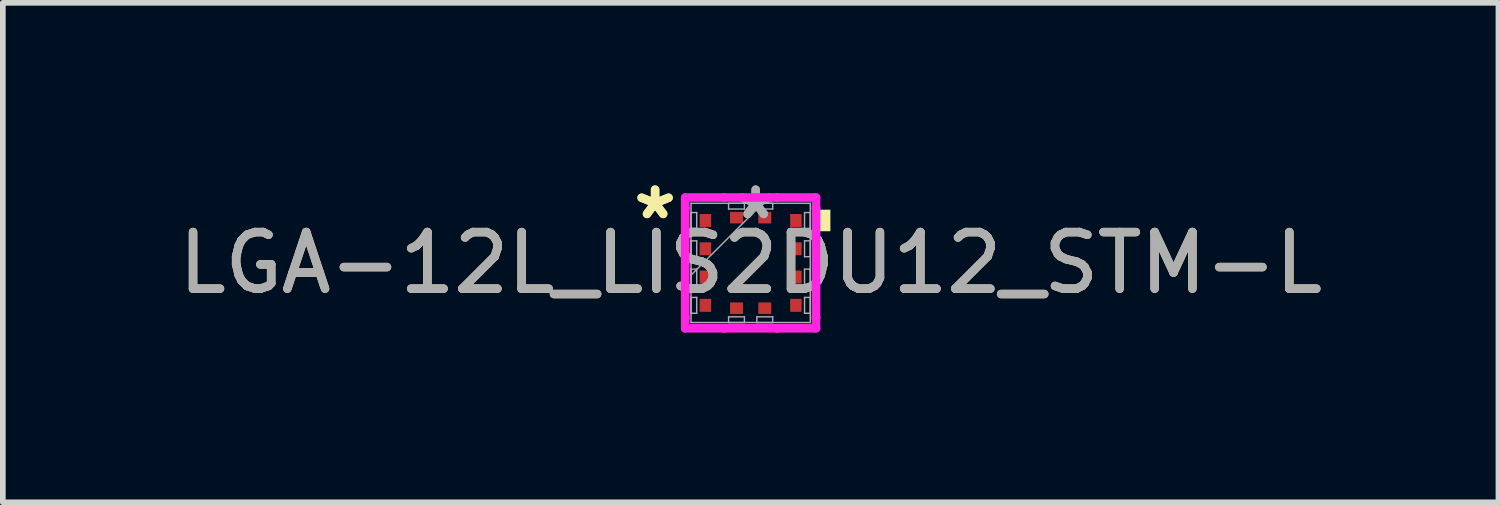
<source format=kicad_pcb>
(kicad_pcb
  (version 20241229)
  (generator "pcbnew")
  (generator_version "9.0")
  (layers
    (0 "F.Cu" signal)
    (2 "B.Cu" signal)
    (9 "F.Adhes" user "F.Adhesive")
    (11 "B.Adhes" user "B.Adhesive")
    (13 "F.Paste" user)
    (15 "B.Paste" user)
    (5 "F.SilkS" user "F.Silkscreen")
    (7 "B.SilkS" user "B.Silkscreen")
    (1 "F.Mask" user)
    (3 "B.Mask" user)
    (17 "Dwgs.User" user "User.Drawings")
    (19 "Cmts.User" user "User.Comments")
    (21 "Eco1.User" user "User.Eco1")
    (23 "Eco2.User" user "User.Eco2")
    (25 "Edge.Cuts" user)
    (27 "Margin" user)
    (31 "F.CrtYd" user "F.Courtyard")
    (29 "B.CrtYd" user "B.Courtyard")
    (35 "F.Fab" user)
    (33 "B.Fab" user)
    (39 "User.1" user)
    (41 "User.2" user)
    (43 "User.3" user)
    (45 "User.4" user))
  (footprint "LGA-12L_LIS2DU12_STM-L"
    (layer "F.Cu")
    (at 10.22 1.598)
    (property "Reference" "LGA-12L_LIS2DU12_STM-L" (at 0 0 0) (unlocked yes) (layer "F.SilkS") (effects (font (size 1 1) (thickness 0.15))))
    (attr smd)
    (fp_poly (pts (xy 1.41 -0.941) (xy 1.41 -0.56) (xy 1.156 -0.56) (xy 1.156 -0.941)) (stroke (width 0) (type solid)) (fill yes) (layer "F.SilkS"))
    (fp_line (start -1.156 -1.156) (end -0.466 -1.156) (stroke (width 0.152) (type solid)) (layer "F.CrtYd"))
    (fp_line (start -1.156 -0.966) (end -1.156 -1.156) (stroke (width 0.152) (type solid)) (layer "F.CrtYd"))
    (fp_line (start -1.156 -0.966) (end -1.156 -0.966) (stroke (width 0.152) (type solid)) (layer "F.CrtYd"))
    (fp_line (start -1.156 0.966) (end -1.156 -0.966) (stroke (width 0.152) (type solid)) (layer "F.CrtYd"))
    (fp_line (start -1.156 0.966) (end -1.156 0.966) (stroke (width 0.152) (type solid)) (layer "F.CrtYd"))
    (fp_line (start -1.156 1.156) (end -1.156 0.966) (stroke (width 0.152) (type solid)) (layer "F.CrtYd"))
    (fp_line (start -0.466 -1.156) (end -0.466 -1.156) (stroke (width 0.152) (type solid)) (layer "F.CrtYd"))
    (fp_line (start -0.466 -1.156) (end 0.466 -1.156) (stroke (width 0.152) (type solid)) (layer "F.CrtYd"))
    (fp_line (start -0.466 1.156) (end -1.156 1.156) (stroke (width 0.152) (type solid)) (layer "F.CrtYd"))
    (fp_line (start -0.466 1.156) (end -0.466 1.156) (stroke (width 0.152) (type solid)) (layer "F.CrtYd"))
    (fp_line (start 0.466 -1.156) (end 0.466 -1.156) (stroke (width 0.152) (type solid)) (layer "F.CrtYd"))
    (fp_line (start 0.466 -1.156) (end 1.156 -1.156) (stroke (width 0.152) (type solid)) (layer "F.CrtYd"))
    (fp_line (start 0.466 1.156) (end -0.466 1.156) (stroke (width 0.152) (type solid)) (layer "F.CrtYd"))
    (fp_line (start 0.466 1.156) (end 0.466 1.156) (stroke (width 0.152) (type solid)) (layer "F.CrtYd"))
    (fp_line (start 1.156 -1.156) (end 1.156 -0.966) (stroke (width 0.152) (type solid)) (layer "F.CrtYd"))
    (fp_line (start 1.156 -0.966) (end 1.156 -0.966) (stroke (width 0.152) (type solid)) (layer "F.CrtYd"))
    (fp_line (start 1.156 -0.966) (end 1.156 0.966) (stroke (width 0.152) (type solid)) (layer "F.CrtYd"))
    (fp_line (start 1.156 0.966) (end 1.156 0.966) (stroke (width 0.152) (type solid)) (layer "F.CrtYd"))
    (fp_line (start 1.156 0.966) (end 1.156 1.156) (stroke (width 0.152) (type solid)) (layer "F.CrtYd"))
    (fp_line (start 1.156 1.156) (end 0.466 1.156) (stroke (width 0.152) (type solid)) (layer "F.CrtYd"))
    (fp_line (start -1.054 -1.054) (end -1.054 1.054) (stroke (width 0.025) (type solid)) (layer "F.Fab"))
    (fp_line (start -1.054 -0.89) (end -0.953 -0.89) (stroke (width 0.025) (type solid)) (layer "F.Fab"))
    (fp_line (start -1.054 -0.61) (end -1.054 -0.89) (stroke (width 0.025) (type solid)) (layer "F.Fab"))
    (fp_line (start -1.054 -0.39) (end -0.953 -0.39) (stroke (width 0.025) (type solid)) (layer "F.Fab"))
    (fp_line (start -1.054 -0.11) (end -1.054 -0.39) (stroke (width 0.025) (type solid)) (layer "F.Fab"))
    (fp_line (start -1.054 0.11) (end -0.953 0.11) (stroke (width 0.025) (type solid)) (layer "F.Fab"))
    (fp_line (start -1.054 0.216) (end 0.216 -1.054) (stroke (width 0.025) (type solid)) (layer "F.Fab"))
    (fp_line (start -1.054 0.39) (end -1.054 0.11) (stroke (width 0.025) (type solid)) (layer "F.Fab"))
    (fp_line (start -1.054 0.61) (end -0.953 0.61) (stroke (width 0.025) (type solid)) (layer "F.Fab"))
    (fp_line (start -1.054 0.89) (end -1.054 0.61) (stroke (width 0.025) (type solid)) (layer "F.Fab"))
    (fp_line (start -1.054 1.054) (end 1.054 1.054) (stroke (width 0.025) (type solid)) (layer "F.Fab"))
    (fp_line (start -0.953 -0.89) (end -0.953 -0.61) (stroke (width 0.025) (type solid)) (layer "F.Fab"))
    (fp_line (start -0.953 -0.61) (end -1.054 -0.61) (stroke (width 0.025) (type solid)) (layer "F.Fab"))
    (fp_line (start -0.953 -0.39) (end -0.953 -0.11) (stroke (width 0.025) (type solid)) (layer "F.Fab"))
    (fp_line (start -0.953 -0.11) (end -1.054 -0.11) (stroke (width 0.025) (type solid)) (layer "F.Fab"))
    (fp_line (start -0.953 0.11) (end -0.953 0.39) (stroke (width 0.025) (type solid)) (layer "F.Fab"))
    (fp_line (start -0.953 0.39) (end -1.054 0.39) (stroke (width 0.025) (type solid)) (layer "F.Fab"))
    (fp_line (start -0.953 0.61) (end -0.953 0.89) (stroke (width 0.025) (type solid)) (layer "F.Fab"))
    (fp_line (start -0.953 0.89) (end -1.054 0.89) (stroke (width 0.025) (type solid)) (layer "F.Fab"))
    (fp_line (start -0.39 -1.054) (end -0.11 -1.054) (stroke (width 0.025) (type solid)) (layer "F.Fab"))
    (fp_line (start -0.39 -0.953) (end -0.39 -1.054) (stroke (width 0.025) (type solid)) (layer "F.Fab"))
    (fp_line (start -0.39 0.953) (end -0.11 0.953) (stroke (width 0.025) (type solid)) (layer "F.Fab"))
    (fp_line (start -0.39 1.054) (end -0.39 0.953) (stroke (width 0.025) (type solid)) (layer "F.Fab"))
    (fp_line (start -0.11 -1.054) (end -0.11 -0.953) (stroke (width 0.025) (type solid)) (layer "F.Fab"))
    (fp_line (start -0.11 -0.953) (end -0.39 -0.953) (stroke (width 0.025) (type solid)) (layer "F.Fab"))
    (fp_line (start -0.11 0.953) (end -0.11 1.054) (stroke (width 0.025) (type solid)) (layer "F.Fab"))
    (fp_line (start -0.11 1.054) (end -0.39 1.054) (stroke (width 0.025) (type solid)) (layer "F.Fab"))
    (fp_line (start 0.11 -1.054) (end 0.39 -1.054) (stroke (width 0.025) (type solid)) (layer "F.Fab"))
    (fp_line (start 0.11 -0.953) (end 0.11 -1.054) (stroke (width 0.025) (type solid)) (layer "F.Fab"))
    (fp_line (start 0.11 0.953) (end 0.39 0.953) (stroke (width 0.025) (type solid)) (layer "F.Fab"))
    (fp_line (start 0.11 1.054) (end 0.11 0.953) (stroke (width 0.025) (type solid)) (layer "F.Fab"))
    (fp_line (start 0.39 -1.054) (end 0.39 -0.953) (stroke (width 0.025) (type solid)) (layer "F.Fab"))
    (fp_line (start 0.39 -0.953) (end 0.11 -0.953) (stroke (width 0.025) (type solid)) (layer "F.Fab"))
    (fp_line (start 0.39 0.953) (end 0.39 1.054) (stroke (width 0.025) (type solid)) (layer "F.Fab"))
    (fp_line (start 0.39 1.054) (end 0.11 1.054) (stroke (width 0.025) (type solid)) (layer "F.Fab"))
    (fp_line (start 0.953 -0.89) (end 1.054 -0.89) (stroke (width 0.025) (type solid)) (layer "F.Fab"))
    (fp_line (start 0.953 -0.61) (end 0.953 -0.89) (stroke (width 0.025) (type solid)) (layer "F.Fab"))
    (fp_line (start 0.953 -0.39) (end 1.054 -0.39) (stroke (width 0.025) (type solid)) (layer "F.Fab"))
    (fp_line (start 0.953 -0.11) (end 0.953 -0.39) (stroke (width 0.025) (type solid)) (layer "F.Fab"))
    (fp_line (start 0.953 0.11) (end 1.054 0.11) (stroke (width 0.025) (type solid)) (layer "F.Fab"))
    (fp_line (start 0.953 0.39) (end 0.953 0.11) (stroke (width 0.025) (type solid)) (layer "F.Fab"))
    (fp_line (start 0.953 0.61) (end 1.054 0.61) (stroke (width 0.025) (type solid)) (layer "F.Fab"))
    (fp_line (start 0.953 0.89) (end 0.953 0.61) (stroke (width 0.025) (type solid)) (layer "F.Fab"))
    (fp_line (start 1.054 -1.054) (end -1.054 -1.054) (stroke (width 0.025) (type solid)) (layer "F.Fab"))
    (fp_line (start 1.054 -0.89) (end 1.054 -0.61) (stroke (width 0.025) (type solid)) (layer "F.Fab"))
    (fp_line (start 1.054 -0.61) (end 0.953 -0.61) (stroke (width 0.025) (type solid)) (layer "F.Fab"))
    (fp_line (start 1.054 -0.39) (end 1.054 -0.11) (stroke (width 0.025) (type solid)) (layer "F.Fab"))
    (fp_line (start 1.054 -0.11) (end 0.953 -0.11) (stroke (width 0.025) (type solid)) (layer "F.Fab"))
    (fp_line (start 1.054 0.11) (end 1.054 0.39) (stroke (width 0.025) (type solid)) (layer "F.Fab"))
    (fp_line (start 1.054 0.39) (end 0.953 0.39) (stroke (width 0.025) (type solid)) (layer "F.Fab"))
    (fp_line (start 1.054 0.61) (end 1.054 0.89) (stroke (width 0.025) (type solid)) (layer "F.Fab"))
    (fp_line (start 1.054 0.89) (end 0.953 0.89) (stroke (width 0.025) (type solid)) (layer "F.Fab"))
    (fp_line (start 1.054 1.054) (end 1.054 -1.054) (stroke (width 0.025) (type solid)) (layer "F.Fab"))
    (fp_text user "*" (at -1.689 -0.75 0) (layer "F.SilkS") (effects (font (size 1 1) (thickness 0.15))))
    (fp_text user "*" (at -1.689 -0.75 0) (unlocked yes) (layer "F.SilkS") (effects (font (size 1 1) (thickness 0.15))))
    (fp_text user "*" (at 0.089 -0.75 0) (unlocked yes) (layer "F.Fab") (effects (font (size 1 1) (thickness 0.15))))
    (fp_text user "*" (at 0.089 -0.75 0) (layer "F.Fab") (effects (font (size 1 1) (thickness 0.15))))
    (fp_text user "${REFERENCE}" (at 0 0 0) (unlocked yes) (layer "F.Fab") (effects (font (size 1 1) (thickness 0.15))))
    (pad "1" smd rect (at -0.8 -0.75 90) (size 0.229 0.203) (layers "F.Cu" "F.Mask" "F.Paste"))
    (pad "2" smd rect (at -0.8 -0.25 90) (size 0.229 0.203) (layers "F.Cu" "F.Mask" "F.Paste"))
    (pad "3" smd rect (at -0.8 0.25 90) (size 0.229 0.203) (layers "F.Cu" "F.Mask" "F.Paste"))
    (pad "4" smd rect (at -0.8 0.75 90) (size 0.229 0.203) (layers "F.Cu" "F.Mask" "F.Paste"))
    (pad "5" smd rect (at -0.25 0.8) (size 0.229 0.203) (layers "F.Cu" "F.Mask" "F.Paste"))
    (pad "6" smd rect (at 0.25 0.8) (size 0.229 0.203) (layers "F.Cu" "F.Mask" "F.Paste"))
    (pad "7" smd rect (at 0.8 0.75 90) (size 0.229 0.203) (layers "F.Cu" "F.Mask" "F.Paste"))
    (pad "8" smd rect (at 0.8 0.25 90) (size 0.229 0.203) (layers "F.Cu" "F.Mask" "F.Paste"))
    (pad "9" smd rect (at 0.8 -0.25 90) (size 0.229 0.203) (layers "F.Cu" "F.Mask" "F.Paste"))
    (pad "10" smd rect (at 0.8 -0.75 90) (size 0.229 0.203) (layers "F.Cu" "F.Mask" "F.Paste"))
    (pad "11" smd rect (at 0.25 -0.8) (size 0.229 0.203) (layers "F.Cu" "F.Mask" "F.Paste"))
    (pad "12" smd rect (at -0.25 -0.8) (size 0.229 0.203) (layers "F.Cu" "F.Mask" "F.Paste")))
  (gr_rect
    (start -3 -3)
    (end 23.44 5.83)
    (stroke (width 0.1) (type default))
    (fill no)
    (layer "Edge.Cuts")))
</source>
